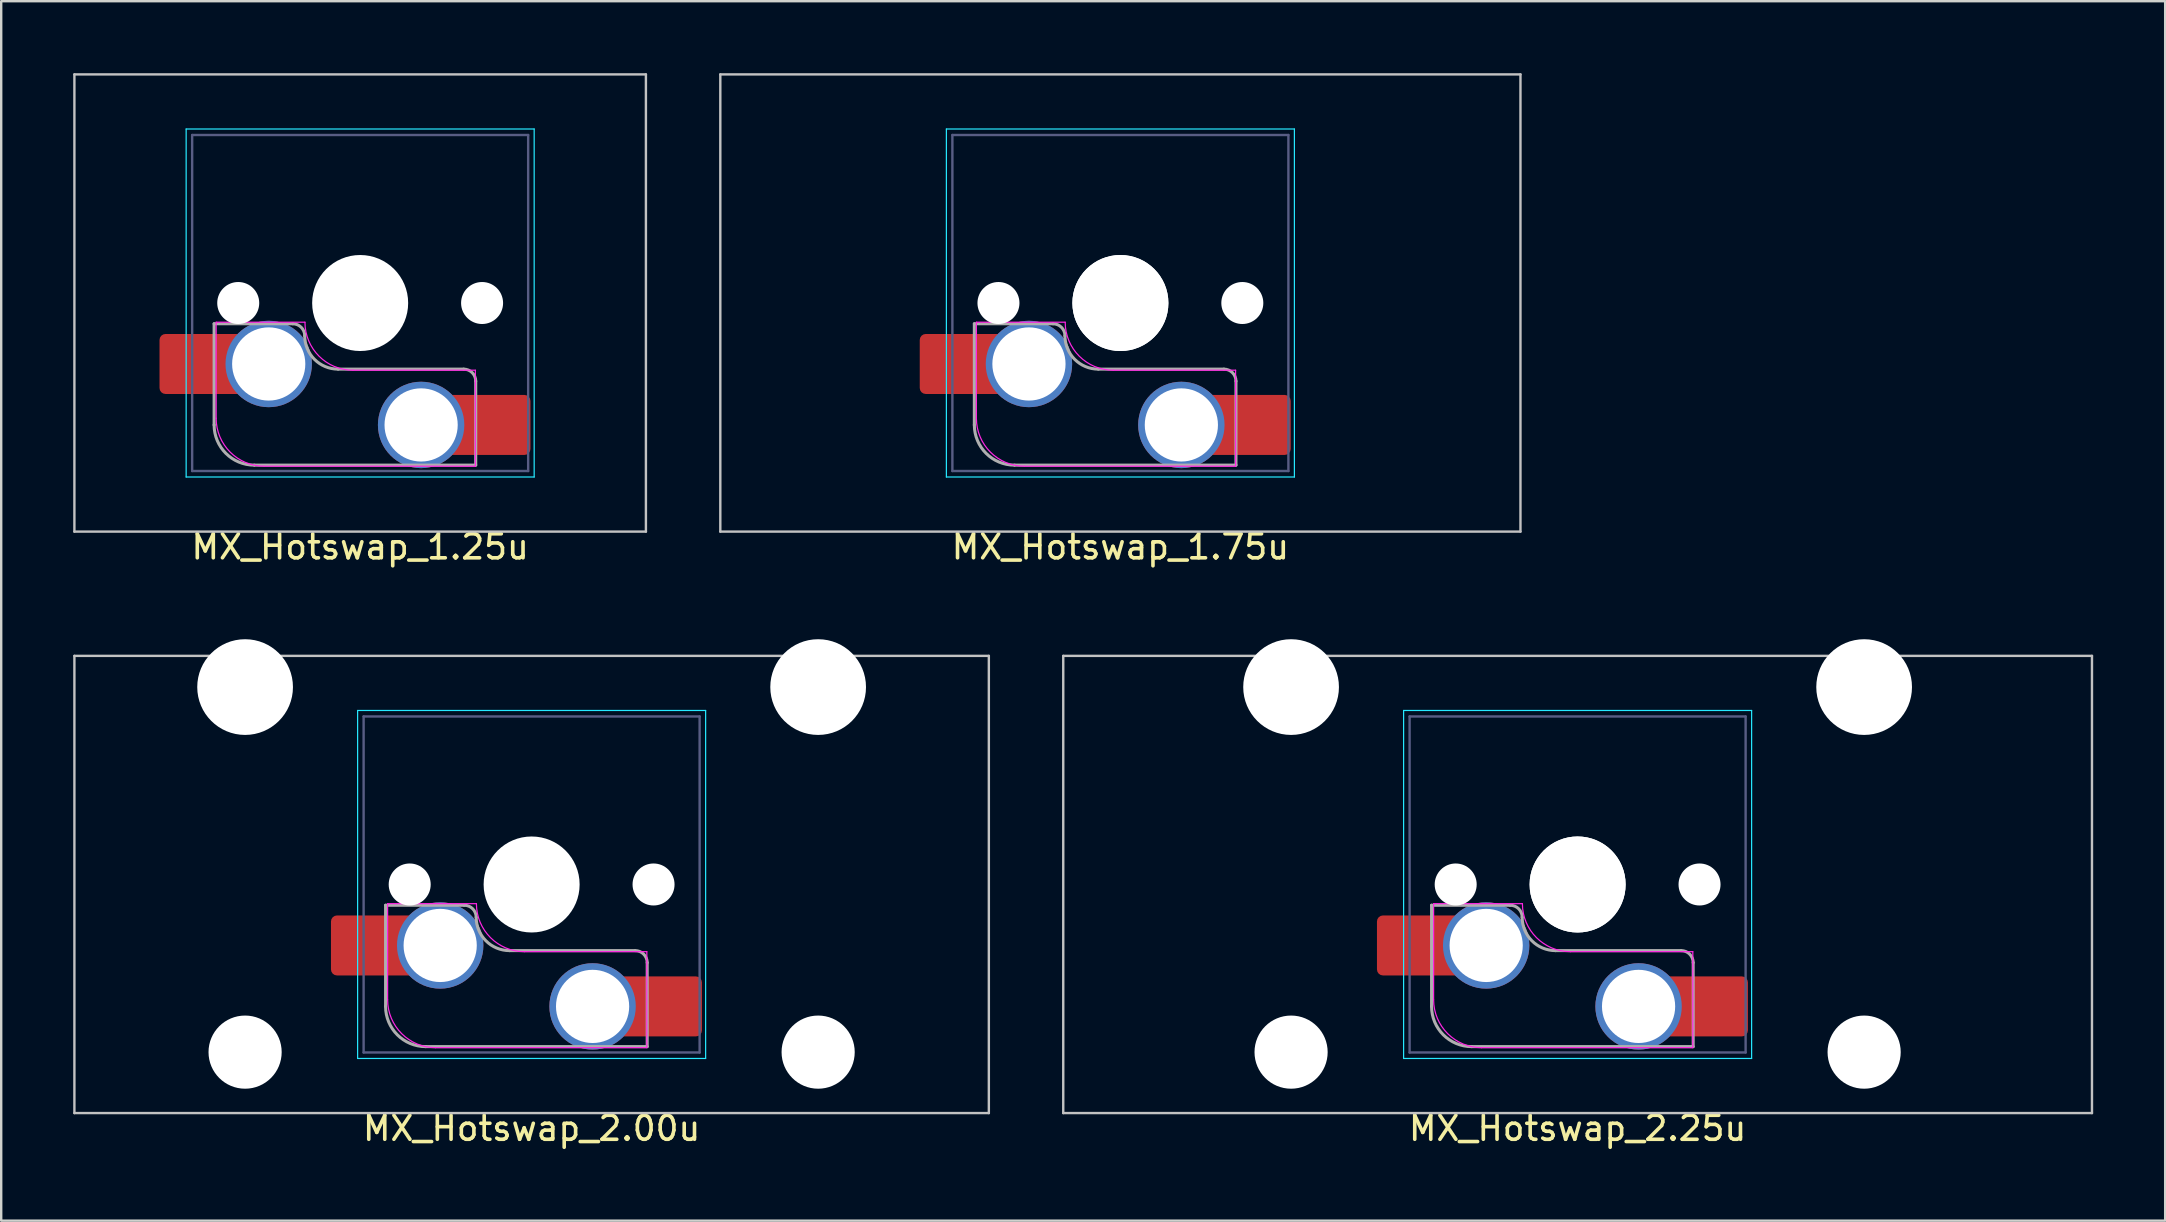
<source format=kicad_pcb>
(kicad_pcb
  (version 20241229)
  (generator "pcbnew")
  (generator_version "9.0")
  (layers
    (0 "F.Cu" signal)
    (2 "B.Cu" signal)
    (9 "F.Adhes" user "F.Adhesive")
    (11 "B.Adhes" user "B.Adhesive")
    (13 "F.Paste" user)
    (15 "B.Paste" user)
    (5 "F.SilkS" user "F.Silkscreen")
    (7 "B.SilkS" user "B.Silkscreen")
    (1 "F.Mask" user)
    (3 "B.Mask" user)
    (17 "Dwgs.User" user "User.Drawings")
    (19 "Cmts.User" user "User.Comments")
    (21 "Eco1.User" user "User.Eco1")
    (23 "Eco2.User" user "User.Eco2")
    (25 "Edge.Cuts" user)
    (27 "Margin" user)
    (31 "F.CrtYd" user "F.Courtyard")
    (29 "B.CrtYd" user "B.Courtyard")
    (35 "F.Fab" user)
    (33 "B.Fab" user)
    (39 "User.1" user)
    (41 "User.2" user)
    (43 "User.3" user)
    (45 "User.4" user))
  (footprint "MX_Hotswap_2.25u"
    (layer "F.Cu")
    (at 62.046 37.612)
    (property "Reference" "MX_Hotswap_2.25u" (at 0.635 6.35 0) (layer "F.SilkS") (effects (font (size 1 1) (thickness 0.15))))
    (attr smd)
    (fp_line (start -20.796 -13.335) (end -20.796 5.715) (stroke (width 0.1) (type solid)) (layer "Dwgs.User"))
    (fp_line (start -20.796 5.715) (end 22.066 5.715) (stroke (width 0.1) (type solid)) (layer "Dwgs.User"))
    (fp_line (start 22.066 -13.335) (end -20.796 -13.335) (stroke (width 0.1) (type solid)) (layer "Dwgs.User"))
    (fp_line (start 22.066 5.715) (end 22.066 -13.335) (stroke (width 0.1) (type solid)) (layer "Dwgs.User"))
    (fp_line (start -14.678 -10.58) (end -14.678 1.72) (stroke (width 0.1) (type solid)) (layer "Eco1.User"))
    (fp_line (start -14.678 1.72) (end -7.928 1.72) (stroke (width 0.1) (type solid)) (layer "Eco1.User"))
    (fp_line (start -7.928 -10.58) (end -14.678 -10.58) (stroke (width 0.1) (type solid)) (layer "Eco1.User"))
    (fp_line (start -7.928 1.72) (end -7.928 -10.58) (stroke (width 0.1) (type solid)) (layer "Eco1.User"))
    (fp_line (start 9.198 -10.58) (end 9.198 1.72) (stroke (width 0.1) (type solid)) (layer "Eco1.User"))
    (fp_line (start 9.198 1.72) (end 15.948 1.72) (stroke (width 0.1) (type solid)) (layer "Eco1.User"))
    (fp_line (start 15.948 -10.58) (end 9.198 -10.58) (stroke (width 0.1) (type solid)) (layer "Eco1.User"))
    (fp_line (start 15.948 1.72) (end 15.948 -10.58) (stroke (width 0.1) (type solid)) (layer "Eco1.User"))
    (fp_line (start -6.615 -11.06) (end -6.615 3.44) (stroke (width 0.05) (type solid)) (layer "B.CrtYd"))
    (fp_line (start -6.615 3.44) (end 7.885 3.44) (stroke (width 0.05) (type solid)) (layer "B.CrtYd"))
    (fp_line (start 7.885 -11.06) (end -6.615 -11.06) (stroke (width 0.05) (type solid)) (layer "B.CrtYd"))
    (fp_line (start 7.885 3.44) (end 7.885 -11.06) (stroke (width 0.05) (type solid)) (layer "B.CrtYd"))
    (fp_line (start -5.365 0.99) (end -5.365 -3.01) (stroke (width 0.05) (type solid)) (layer "F.CrtYd"))
    (fp_line (start -1.665 -3.01) (end -5.365 -3.01) (stroke (width 0.05) (type solid)) (layer "F.CrtYd"))
    (fp_line (start 5.435 -1.01) (end 0.335 -1.01) (stroke (width 0.05) (type solid)) (layer "F.CrtYd"))
    (fp_line (start 5.435 -1.01) (end 5.435 2.99) (stroke (width 0.05) (type solid)) (layer "F.CrtYd"))
    (fp_line (start 5.435 2.99) (end -3.365 2.99) (stroke (width 0.05) (type solid)) (layer "F.CrtYd"))
    (fp_arc (start -3.365 2.99) (mid -4.779214 2.404214) (end -5.365 0.99) (stroke (width 0.05) (type solid)) (layer "F.CrtYd"))
    (fp_arc (start 0.335 -1.01) (mid -1.079214 -1.595786) (end -1.665 -3.01) (stroke (width 0.05) (type solid)) (layer "F.CrtYd"))
    (fp_line (start -6.365 -10.81) (end -6.365 3.19) (stroke (width 0.1) (type solid)) (layer "B.Fab"))
    (fp_line (start -6.365 3.19) (end 7.635 3.19) (stroke (width 0.1) (type solid)) (layer "B.Fab"))
    (fp_line (start 7.635 -10.81) (end -6.365 -10.81) (stroke (width 0.1) (type solid)) (layer "B.Fab"))
    (fp_line (start 7.635 3.19) (end 7.635 -10.81) (stroke (width 0.1) (type solid)) (layer "B.Fab"))
    (fp_line (start -5.45 -2.945) (end -2.175 -2.945) (stroke (width 0.127) (type solid)) (layer "F.Fab"))
    (fp_line (start -5.45 1.27) (end -5.45 -2.945) (stroke (width 0.127) (type solid)) (layer "F.Fab"))
    (fp_line (start -0.285 -1.055) (end 4.95 -1.055) (stroke (width 0.127) (type solid)) (layer "F.Fab"))
    (fp_line (start 5.45 -0.555) (end 5.45 2.945) (stroke (width 0.127) (type solid)) (layer "F.Fab"))
    (fp_line (start 5.45 2.945) (end -3.775 2.945) (stroke (width 0.127) (type solid)) (layer "F.Fab"))
    (fp_arc (start -3.775 2.945) (mid -4.959404 2.454404) (end -5.45 1.27) (stroke (width 0.127) (type solid)) (layer "F.Fab"))
    (fp_arc (start -2.175 -2.945) (mid -1.821447 -2.798553) (end -1.675 -2.445) (stroke (width 0.127) (type solid)) (layer "F.Fab"))
    (fp_arc (start -0.285 -1.055) (mid -1.267878 -1.462122) (end -1.675 -2.445) (stroke (width 0.127) (type solid)) (layer "F.Fab"))
    (fp_arc (start 4.95 -1.055) (mid 5.303553 -0.908553) (end 5.45 -0.555) (stroke (width 0.127) (type solid)) (layer "F.Fab"))
    (pad "" np_thru_hole circle (at -11.303 -12.035 180) (size 3.988 3.988) (drill 3.988) (layers "*.Cu" "*.Mask"))
    (pad "" np_thru_hole circle (at -11.303 3.175 180) (size 3.048 3.048) (drill 3.048) (layers "*.Cu" "*.Mask"))
    (pad "" np_thru_hole circle (at -4.445 -3.81 180) (size 1.75 1.75) (drill 1.75) (layers "*.Cu" "*.Mask"))
    (pad "" np_thru_hole circle (at 0.635 -3.81 180) (size 4 4) (drill 4) (layers "*.Cu" "*.Mask"))
    (pad "" np_thru_hole circle (at 0.635 -3.81 180) (size 4 4) (drill 4) (layers "*.Cu" "*.Mask"))
    (pad "" np_thru_hole circle (at 5.715 -3.81 180) (size 1.75 1.75) (drill 1.75) (layers "*.Cu" "*.Mask"))
    (pad "" np_thru_hole circle (at 12.573 -12.035 180) (size 3.988 3.988) (drill 3.988) (layers "*.Cu" "*.Mask"))
    (pad "" np_thru_hole circle (at 12.573 3.175 180) (size 3.048 3.048) (drill 3.048) (layers "*.Cu" "*.Mask"))
    (pad "1" smd roundrect (at -5.95 -1.27 180) (size 3.55 2.5) (layers "F.Cu") (roundrect_rratio 0.1))
    (pad "1" thru_hole circle (at -3.175 -1.27 180) (size 3.6 3.6) (drill 3.05) (layers "*.Cu" "*.Mask"))
    (pad "2" thru_hole circle (at 3.175 1.27 180) (size 3.6 3.6) (drill 3.05) (layers "*.Cu" "*.Mask"))
    (pad "2" smd roundrect (at 5.955 1.27 180) (size 3.55 2.5) (layers "F.Cu") (roundrect_rratio 0.1)))
  (footprint "MX_Hotswap_1.25u"
    (layer "F.Cu")
    (at 11.321 13.385)
    (property "Reference" "MX_Hotswap_1.25u" (at 0.635 6.35 0) (layer "F.SilkS") (effects (font (size 1 1) (thickness 0.15))))
    (attr smd)
    (fp_line (start -11.271 -13.335) (end -11.271 5.715) (stroke (width 0.1) (type solid)) (layer "Dwgs.User"))
    (fp_line (start -11.271 5.715) (end 12.541 5.715) (stroke (width 0.1) (type solid)) (layer "Dwgs.User"))
    (fp_line (start 12.541 -13.335) (end -11.271 -13.335) (stroke (width 0.1) (type solid)) (layer "Dwgs.User"))
    (fp_line (start 12.541 5.715) (end 12.541 -13.335) (stroke (width 0.1) (type solid)) (layer "Dwgs.User"))
    (fp_line (start -6.615 -11.06) (end -6.615 3.44) (stroke (width 0.05) (type solid)) (layer "B.CrtYd"))
    (fp_line (start -6.615 3.44) (end 7.885 3.44) (stroke (width 0.05) (type solid)) (layer "B.CrtYd"))
    (fp_line (start 7.885 -11.06) (end -6.615 -11.06) (stroke (width 0.05) (type solid)) (layer "B.CrtYd"))
    (fp_line (start 7.885 3.44) (end 7.885 -11.06) (stroke (width 0.05) (type solid)) (layer "B.CrtYd"))
    (fp_line (start -5.365 0.99) (end -5.365 -3.01) (stroke (width 0.05) (type solid)) (layer "F.CrtYd"))
    (fp_line (start -1.665 -3.01) (end -5.365 -3.01) (stroke (width 0.05) (type solid)) (layer "F.CrtYd"))
    (fp_line (start 5.435 -1.01) (end 0.335 -1.01) (stroke (width 0.05) (type solid)) (layer "F.CrtYd"))
    (fp_line (start 5.435 -1.01) (end 5.435 2.99) (stroke (width 0.05) (type solid)) (layer "F.CrtYd"))
    (fp_line (start 5.435 2.99) (end -3.365 2.99) (stroke (width 0.05) (type solid)) (layer "F.CrtYd"))
    (fp_arc (start -3.365 2.99) (mid -4.779214 2.404214) (end -5.365 0.99) (stroke (width 0.05) (type solid)) (layer "F.CrtYd"))
    (fp_arc (start 0.335 -1.01) (mid -1.079214 -1.595786) (end -1.665 -3.01) (stroke (width 0.05) (type solid)) (layer "F.CrtYd"))
    (fp_line (start -6.365 -10.81) (end -6.365 3.19) (stroke (width 0.1) (type solid)) (layer "B.Fab"))
    (fp_line (start -6.365 3.19) (end 7.635 3.19) (stroke (width 0.1) (type solid)) (layer "B.Fab"))
    (fp_line (start 7.635 -10.81) (end -6.365 -10.81) (stroke (width 0.1) (type solid)) (layer "B.Fab"))
    (fp_line (start 7.635 3.19) (end 7.635 -10.81) (stroke (width 0.1) (type solid)) (layer "B.Fab"))
    (fp_line (start -5.45 -2.945) (end -2.175 -2.945) (stroke (width 0.127) (type solid)) (layer "F.Fab"))
    (fp_line (start -5.45 1.27) (end -5.45 -2.945) (stroke (width 0.127) (type solid)) (layer "F.Fab"))
    (fp_line (start -0.285 -1.055) (end 4.95 -1.055) (stroke (width 0.127) (type solid)) (layer "F.Fab"))
    (fp_line (start 5.45 -0.555) (end 5.45 2.945) (stroke (width 0.127) (type solid)) (layer "F.Fab"))
    (fp_line (start 5.45 2.945) (end -3.775 2.945) (stroke (width 0.127) (type solid)) (layer "F.Fab"))
    (fp_arc (start -3.775 2.945) (mid -4.959404 2.454404) (end -5.45 1.27) (stroke (width 0.127) (type solid)) (layer "F.Fab"))
    (fp_arc (start -2.175 -2.945) (mid -1.821447 -2.798553) (end -1.675 -2.445) (stroke (width 0.127) (type solid)) (layer "F.Fab"))
    (fp_arc (start -0.285 -1.055) (mid -1.267878 -1.462122) (end -1.675 -2.445) (stroke (width 0.127) (type solid)) (layer "F.Fab"))
    (fp_arc (start 4.95 -1.055) (mid 5.303553 -0.908553) (end 5.45 -0.555) (stroke (width 0.127) (type solid)) (layer "F.Fab"))
    (pad "" np_thru_hole circle (at -4.445 -3.81 180) (size 1.75 1.75) (drill 1.75) (layers "*.Cu" "*.Mask"))
    (pad "" np_thru_hole circle (at 0.635 -3.81 180) (size 4 4) (drill 4) (layers "*.Cu" "*.Mask"))
    (pad "" np_thru_hole circle (at 5.715 -3.81 180) (size 1.75 1.75) (drill 1.75) (layers "*.Cu" "*.Mask"))
    (pad "1" smd roundrect (at -5.95 -1.27 180) (size 3.55 2.5) (layers "F.Cu") (roundrect_rratio 0.1))
    (pad "1" thru_hole circle (at -3.175 -1.27 180) (size 3.6 3.6) (drill 3.05) (layers "*.Cu" "*.Mask"))
    (pad "2" thru_hole circle (at 3.175 1.27 180) (size 3.6 3.6) (drill 3.05) (layers "*.Cu" "*.Mask"))
    (pad "2" smd roundrect (at 5.955 1.27 180) (size 3.55 2.5) (layers "F.Cu") (roundrect_rratio 0.1)))
  (footprint "MX_Hotswap_2.00u"
    (layer "F.Cu")
    (at 18.465 37.612)
    (property "Reference" "MX_Hotswap_2.00u" (at 0.635 6.35 0) (layer "F.SilkS") (effects (font (size 1 1) (thickness 0.15))))
    (attr smd)
    (fp_line (start -18.415 -13.335) (end -18.415 5.715) (stroke (width 0.1) (type solid)) (layer "Dwgs.User"))
    (fp_line (start -18.415 5.715) (end 19.685 5.715) (stroke (width 0.1) (type solid)) (layer "Dwgs.User"))
    (fp_line (start 19.685 -13.335) (end -18.415 -13.335) (stroke (width 0.1) (type solid)) (layer "Dwgs.User"))
    (fp_line (start 19.685 5.715) (end 19.685 -13.335) (stroke (width 0.1) (type solid)) (layer "Dwgs.User"))
    (fp_line (start -14.678 -10.58) (end -14.678 1.72) (stroke (width 0.1) (type solid)) (layer "Eco1.User"))
    (fp_line (start -14.678 1.72) (end -7.928 1.72) (stroke (width 0.1) (type solid)) (layer "Eco1.User"))
    (fp_line (start -7.928 -10.58) (end -14.678 -10.58) (stroke (width 0.1) (type solid)) (layer "Eco1.User"))
    (fp_line (start -7.928 1.72) (end -7.928 -10.58) (stroke (width 0.1) (type solid)) (layer "Eco1.User"))
    (fp_line (start 9.198 -10.58) (end 9.198 1.72) (stroke (width 0.1) (type solid)) (layer "Eco1.User"))
    (fp_line (start 9.198 1.72) (end 15.948 1.72) (stroke (width 0.1) (type solid)) (layer "Eco1.User"))
    (fp_line (start 15.948 -10.58) (end 9.198 -10.58) (stroke (width 0.1) (type solid)) (layer "Eco1.User"))
    (fp_line (start 15.948 1.72) (end 15.948 -10.58) (stroke (width 0.1) (type solid)) (layer "Eco1.User"))
    (fp_line (start -6.615 -11.06) (end -6.615 3.44) (stroke (width 0.05) (type solid)) (layer "B.CrtYd"))
    (fp_line (start -6.615 3.44) (end 7.885 3.44) (stroke (width 0.05) (type solid)) (layer "B.CrtYd"))
    (fp_line (start 7.885 -11.06) (end -6.615 -11.06) (stroke (width 0.05) (type solid)) (layer "B.CrtYd"))
    (fp_line (start 7.885 3.44) (end 7.885 -11.06) (stroke (width 0.05) (type solid)) (layer "B.CrtYd"))
    (fp_line (start -5.365 0.99) (end -5.365 -3.01) (stroke (width 0.05) (type solid)) (layer "F.CrtYd"))
    (fp_line (start -1.665 -3.01) (end -5.365 -3.01) (stroke (width 0.05) (type solid)) (layer "F.CrtYd"))
    (fp_line (start 5.435 -1.01) (end 0.335 -1.01) (stroke (width 0.05) (type solid)) (layer "F.CrtYd"))
    (fp_line (start 5.435 -1.01) (end 5.435 2.99) (stroke (width 0.05) (type solid)) (layer "F.CrtYd"))
    (fp_line (start 5.435 2.99) (end -3.365 2.99) (stroke (width 0.05) (type solid)) (layer "F.CrtYd"))
    (fp_arc (start -3.365 2.99) (mid -4.779214 2.404214) (end -5.365 0.99) (stroke (width 0.05) (type solid)) (layer "F.CrtYd"))
    (fp_arc (start 0.335 -1.01) (mid -1.079214 -1.595786) (end -1.665 -3.01) (stroke (width 0.05) (type solid)) (layer "F.CrtYd"))
    (fp_line (start -6.365 -10.81) (end -6.365 3.19) (stroke (width 0.1) (type solid)) (layer "B.Fab"))
    (fp_line (start -6.365 3.19) (end 7.635 3.19) (stroke (width 0.1) (type solid)) (layer "B.Fab"))
    (fp_line (start 7.635 -10.81) (end -6.365 -10.81) (stroke (width 0.1) (type solid)) (layer "B.Fab"))
    (fp_line (start 7.635 3.19) (end 7.635 -10.81) (stroke (width 0.1) (type solid)) (layer "B.Fab"))
    (fp_line (start -5.45 -2.945) (end -2.175 -2.945) (stroke (width 0.127) (type solid)) (layer "F.Fab"))
    (fp_line (start -5.45 1.27) (end -5.45 -2.945) (stroke (width 0.127) (type solid)) (layer "F.Fab"))
    (fp_line (start -0.285 -1.055) (end 4.95 -1.055) (stroke (width 0.127) (type solid)) (layer "F.Fab"))
    (fp_line (start 5.45 -0.555) (end 5.45 2.945) (stroke (width 0.127) (type solid)) (layer "F.Fab"))
    (fp_line (start 5.45 2.945) (end -3.775 2.945) (stroke (width 0.127) (type solid)) (layer "F.Fab"))
    (fp_arc (start -3.775 2.945) (mid -4.959404 2.454404) (end -5.45 1.27) (stroke (width 0.127) (type solid)) (layer "F.Fab"))
    (fp_arc (start -2.175 -2.945) (mid -1.821447 -2.798553) (end -1.675 -2.445) (stroke (width 0.127) (type solid)) (layer "F.Fab"))
    (fp_arc (start -0.285 -1.055) (mid -1.267878 -1.462122) (end -1.675 -2.445) (stroke (width 0.127) (type solid)) (layer "F.Fab"))
    (fp_arc (start 4.95 -1.055) (mid 5.303553 -0.908553) (end 5.45 -0.555) (stroke (width 0.127) (type solid)) (layer "F.Fab"))
    (pad "" np_thru_hole circle (at -11.303 -12.035 180) (size 3.988 3.988) (drill 3.988) (layers "*.Cu" "*.Mask"))
    (pad "" np_thru_hole circle (at -11.303 3.175 180) (size 3.048 3.048) (drill 3.048) (layers "*.Cu" "*.Mask"))
    (pad "" np_thru_hole circle (at -4.445 -3.81 180) (size 1.75 1.75) (drill 1.75) (layers "*.Cu" "*.Mask"))
    (pad "" np_thru_hole circle (at 0.635 -3.81 180) (size 4 4) (drill 4) (layers "*.Cu" "*.Mask"))
    (pad "" np_thru_hole circle (at 5.715 -3.81 180) (size 1.75 1.75) (drill 1.75) (layers "*.Cu" "*.Mask"))
    (pad "" np_thru_hole circle (at 12.573 -12.035 180) (size 3.988 3.988) (drill 3.988) (layers "*.Cu" "*.Mask"))
    (pad "" np_thru_hole circle (at 12.573 3.175 180) (size 3.048 3.048) (drill 3.048) (layers "*.Cu" "*.Mask"))
    (pad "1" smd roundrect (at -5.95 -1.27 180) (size 3.55 2.5) (layers "F.Cu") (roundrect_rratio 0.1))
    (pad "1" thru_hole circle (at -3.175 -1.27 180) (size 3.6 3.6) (drill 3.05) (layers "*.Cu" "*.Mask"))
    (pad "2" thru_hole circle (at 3.175 1.27 180) (size 3.6 3.6) (drill 3.05) (layers "*.Cu" "*.Mask"))
    (pad "2" smd roundrect (at 5.955 1.27 180) (size 3.55 2.5) (layers "F.Cu") (roundrect_rratio 0.1)))
  (footprint "MX_Hotswap_1.75u"
    (layer "F.Cu")
    (at 42.996 13.385)
    (property "Reference" "MX_Hotswap_1.75u" (at 0.635 6.35 0) (layer "F.SilkS") (effects (font (size 1 1) (thickness 0.15))))
    (attr smd)
    (fp_line (start -16.034 -13.335) (end -16.034 5.715) (stroke (width 0.1) (type solid)) (layer "Dwgs.User"))
    (fp_line (start -16.034 5.715) (end 17.304 5.715) (stroke (width 0.1) (type solid)) (layer "Dwgs.User"))
    (fp_line (start 17.304 -13.335) (end -16.034 -13.335) (stroke (width 0.1) (type solid)) (layer "Dwgs.User"))
    (fp_line (start 17.304 5.715) (end 17.304 -13.335) (stroke (width 0.1) (type solid)) (layer "Dwgs.User"))
    (fp_line (start -6.615 -11.06) (end -6.615 3.44) (stroke (width 0.05) (type solid)) (layer "B.CrtYd"))
    (fp_line (start -6.615 3.44) (end 7.885 3.44) (stroke (width 0.05) (type solid)) (layer "B.CrtYd"))
    (fp_line (start 7.885 -11.06) (end -6.615 -11.06) (stroke (width 0.05) (type solid)) (layer "B.CrtYd"))
    (fp_line (start 7.885 3.44) (end 7.885 -11.06) (stroke (width 0.05) (type solid)) (layer "B.CrtYd"))
    (fp_line (start -5.365 0.99) (end -5.365 -3.01) (stroke (width 0.05) (type solid)) (layer "F.CrtYd"))
    (fp_line (start -1.665 -3.01) (end -5.365 -3.01) (stroke (width 0.05) (type solid)) (layer "F.CrtYd"))
    (fp_line (start 5.435 -1.01) (end 0.335 -1.01) (stroke (width 0.05) (type solid)) (layer "F.CrtYd"))
    (fp_line (start 5.435 -1.01) (end 5.435 2.99) (stroke (width 0.05) (type solid)) (layer "F.CrtYd"))
    (fp_line (start 5.435 2.99) (end -3.365 2.99) (stroke (width 0.05) (type solid)) (layer "F.CrtYd"))
    (fp_arc (start -3.365 2.99) (mid -4.779214 2.404214) (end -5.365 0.99) (stroke (width 0.05) (type solid)) (layer "F.CrtYd"))
    (fp_arc (start 0.335 -1.01) (mid -1.079214 -1.595786) (end -1.665 -3.01) (stroke (width 0.05) (type solid)) (layer "F.CrtYd"))
    (fp_line (start -6.365 -10.81) (end -6.365 3.19) (stroke (width 0.1) (type solid)) (layer "B.Fab"))
    (fp_line (start -6.365 3.19) (end 7.635 3.19) (stroke (width 0.1) (type solid)) (layer "B.Fab"))
    (fp_line (start 7.635 -10.81) (end -6.365 -10.81) (stroke (width 0.1) (type solid)) (layer "B.Fab"))
    (fp_line (start 7.635 3.19) (end 7.635 -10.81) (stroke (width 0.1) (type solid)) (layer "B.Fab"))
    (fp_line (start -5.45 -2.945) (end -2.175 -2.945) (stroke (width 0.127) (type solid)) (layer "F.Fab"))
    (fp_line (start -5.45 1.27) (end -5.45 -2.945) (stroke (width 0.127) (type solid)) (layer "F.Fab"))
    (fp_line (start -0.285 -1.055) (end 4.95 -1.055) (stroke (width 0.127) (type solid)) (layer "F.Fab"))
    (fp_line (start 5.45 -0.555) (end 5.45 2.945) (stroke (width 0.127) (type solid)) (layer "F.Fab"))
    (fp_line (start 5.45 2.945) (end -3.775 2.945) (stroke (width 0.127) (type solid)) (layer "F.Fab"))
    (fp_arc (start -3.775 2.945) (mid -4.959404 2.454404) (end -5.45 1.27) (stroke (width 0.127) (type solid)) (layer "F.Fab"))
    (fp_arc (start -2.175 -2.945) (mid -1.821447 -2.798553) (end -1.675 -2.445) (stroke (width 0.127) (type solid)) (layer "F.Fab"))
    (fp_arc (start -0.285 -1.055) (mid -1.267878 -1.462122) (end -1.675 -2.445) (stroke (width 0.127) (type solid)) (layer "F.Fab"))
    (fp_arc (start 4.95 -1.055) (mid 5.303553 -0.908553) (end 5.45 -0.555) (stroke (width 0.127) (type solid)) (layer "F.Fab"))
    (pad "" np_thru_hole circle (at -4.445 -3.81 180) (size 1.75 1.75) (drill 1.75) (layers "*.Cu" "*.Mask"))
    (pad "" np_thru_hole circle (at 0.635 -3.81 180) (size 4 4) (drill 4) (layers "*.Cu" "*.Mask"))
    (pad "" np_thru_hole circle (at 0.635 -3.81 180) (size 4 4) (drill 4) (layers "*.Cu" "*.Mask"))
    (pad "" np_thru_hole circle (at 5.715 -3.81 180) (size 1.75 1.75) (drill 1.75) (layers "*.Cu" "*.Mask"))
    (pad "1" smd roundrect (at -5.95 -1.27 180) (size 3.55 2.5) (layers "F.Cu") (roundrect_rratio 0.1))
    (pad "1" thru_hole circle (at -3.175 -1.27 180) (size 3.6 3.6) (drill 3.05) (layers "*.Cu" "*.Mask"))
    (pad "2" thru_hole circle (at 3.175 1.27 180) (size 3.6 3.6) (drill 3.05) (layers "*.Cu" "*.Mask"))
    (pad "2" smd roundrect (at 5.955 1.27 180) (size 3.55 2.5) (layers "F.Cu") (roundrect_rratio 0.1)))
  (gr_rect
    (start -3 -3)
    (end 87.162 47.81)
    (stroke (width 0.1) (type default))
    (fill no)
    (layer "Edge.Cuts")))
</source>
